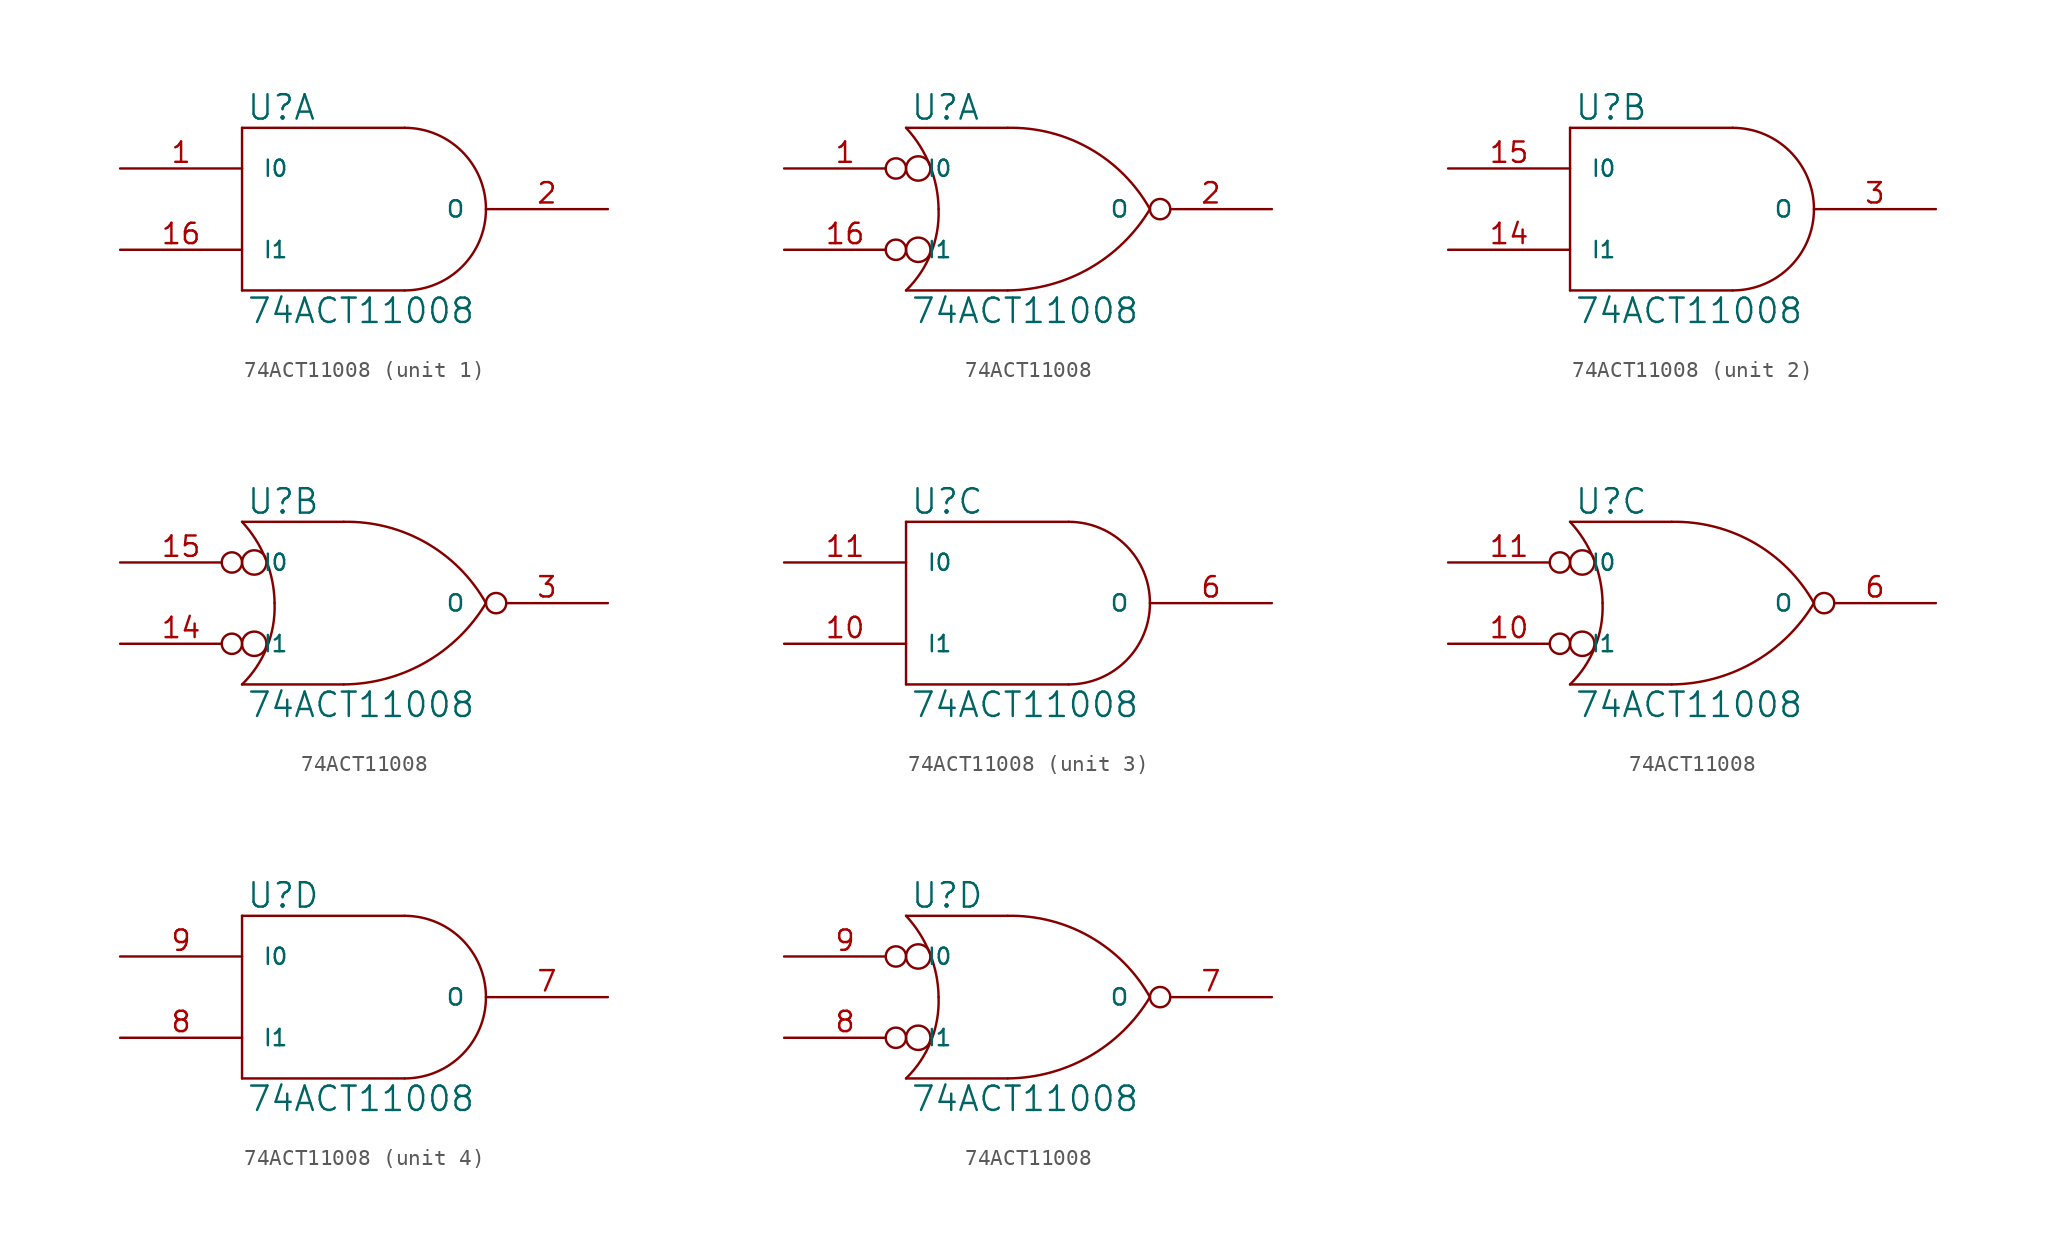
<source format=kicad_sym>
(kicad_symbol_lib
  (version 20231120)
  (generator "kicad_symbol_editor")
  (generator_version "8.0")
  (symbol "74ACT11008"
    (pin_names
      (offset 1.27))
    (property "Reference" "U"
      (at 0.254 0.381 0)
      (effects (font (size 1.524 1.524)) (justify left bottom)))
    (property "Value" "74ACT11008"
      (at 0.254 -10.541 0)
      (effects (font (size 1.524 1.524)) (justify left top)))
    (symbol "74ACT11008_0_1"
      (polyline (pts (xy 0 -10.16) (xy 10.16 -10.16)) (stroke (width 0) (type solid)) (fill (type none)))
      (polyline (pts (xy 0 0) (xy 0 -10.16)) (stroke (width 0) (type solid)) (fill (type none)))
      (polyline (pts (xy 10.16 0) (xy 0 0)) (stroke (width 0) (type solid)) (fill (type none)))
      (arc (start 10.16 -10.16) (mid 13.7521 -8.6721) (end 15.24 -5.08) (stroke (width 0) (type solid)) (fill (type none)))
      (arc (start 15.24 -5.08) (mid 13.7521 -1.4879) (end 10.16 0) (stroke (width 0) (type solid)) (fill (type none))))
    (symbol "74ACT11008_0_2"
      (arc (start 0 -10.16) (mid 1.5573 -7.8293) (end 2.032 -5.08) (stroke (width 0) (type solid)) (fill (type none)))
      (polyline (pts (xy 6.35 -10.16) (xy 0 -10.16)) (stroke (width 0) (type solid)) (fill (type none)))
      (polyline (pts (xy 6.35 0) (xy 0 0)) (stroke (width 0) (type solid)) (fill (type none)))
      (circle (center 0.762 -7.62) (radius 0.762) (stroke (width 0) (type solid)) (fill (type none)))
      (circle (center 0.762 -2.54) (radius 0.762) (stroke (width 0) (type solid)) (fill (type none)))
      (arc (start 2.032 -5.08) (mid 1.4906 -2.3584) (end 0 0) (stroke (width 0) (type solid)) (fill (type none)))
      (arc (start 6.35 -10.16) (mid 11.4496 -8.7875) (end 15.24 -5.08) (stroke (width 0) (type solid)) (fill (type none)))
      (arc (start 15.24 -5.08) (mid 11.4893 -1.3041) (end 6.35 0) (stroke (width 0) (type solid)) (fill (type none))))
    (symbol "74ACT11008_1_1"
      (pin input line (at -7.62 -2.54 0) (length 7.62) (name "I0" (effects (font (size 1.016 1.016)))) (number "1" (effects (font (size 1.27 1.27)))))
      (pin power_in line (at 2.54 0 270) (length 0) hide (name "VCC" (effects (font (size 1.016 1.016)))) (number "12" (effects (font (size 1.27 1.27)))))
      (pin power_in line (at 0 0 270) (length 0) hide (name "VCC" (effects (font (size 1.016 1.016)))) (number "13" (effects (font (size 1.27 1.27)))))
      (pin input line (at -7.62 -7.62 0) (length 7.62) (name "I1" (effects (font (size 1.016 1.016)))) (number "16" (effects (font (size 1.27 1.27)))))
      (pin output line (at 22.86 -5.08 180) (length 7.62) (name "O" (effects (font (size 1.016 1.016)))) (number "2" (effects (font (size 1.27 1.27)))))
      (pin power_in line (at 0 -10.16 90) (length 0) hide (name "GND" (effects (font (size 1.016 1.016)))) (number "4" (effects (font (size 1.27 1.27)))))
      (pin power_in line (at 2.54 -10.16 90) (length 0) hide (name "GND" (effects (font (size 1.016 1.016)))) (number "5" (effects (font (size 1.27 1.27))))))
    (symbol "74ACT11008_1_2"
      (pin input inverted (at -7.62 -2.54 0) (length 7.62) (name "I0" (effects (font (size 1.016 1.016)))) (number "1" (effects (font (size 1.27 1.27)))))
      (pin power_in line (at 2.54 0 270) (length 0) hide (name "VCC" (effects (font (size 1.016 1.016)))) (number "12" (effects (font (size 1.27 1.27)))))
      (pin power_in line (at 0 0 270) (length 0) hide (name "VCC" (effects (font (size 1.016 1.016)))) (number "13" (effects (font (size 1.27 1.27)))))
      (pin input inverted (at -7.62 -7.62 0) (length 7.62) (name "I1" (effects (font (size 1.016 1.016)))) (number "16" (effects (font (size 1.27 1.27)))))
      (pin output inverted (at 22.86 -5.08 180) (length 7.62) (name "O" (effects (font (size 1.016 1.016)))) (number "2" (effects (font (size 1.27 1.27)))))
      (pin power_in line (at 0 -10.16 90) (length 0) hide (name "GND" (effects (font (size 1.016 1.016)))) (number "4" (effects (font (size 1.27 1.27)))))
      (pin power_in line (at 2.54 -10.16 90) (length 0) hide (name "GND" (effects (font (size 1.016 1.016)))) (number "5" (effects (font (size 1.27 1.27))))))
    (symbol "74ACT11008_2_1"
      (pin power_in line (at 2.54 0 270) (length 0) hide (name "VCC" (effects (font (size 1.016 1.016)))) (number "12" (effects (font (size 1.27 1.27)))))
      (pin power_in line (at 0 0 270) (length 0) hide (name "VCC" (effects (font (size 1.016 1.016)))) (number "13" (effects (font (size 1.27 1.27)))))
      (pin input line (at -7.62 -7.62 0) (length 7.62) (name "I1" (effects (font (size 1.016 1.016)))) (number "14" (effects (font (size 1.27 1.27)))))
      (pin input line (at -7.62 -2.54 0) (length 7.62) (name "I0" (effects (font (size 1.016 1.016)))) (number "15" (effects (font (size 1.27 1.27)))))
      (pin output line (at 22.86 -5.08 180) (length 7.62) (name "O" (effects (font (size 1.016 1.016)))) (number "3" (effects (font (size 1.27 1.27)))))
      (pin power_in line (at 0 -10.16 90) (length 0) hide (name "GND" (effects (font (size 1.016 1.016)))) (number "4" (effects (font (size 1.27 1.27)))))
      (pin power_in line (at 2.54 -10.16 90) (length 0) hide (name "GND" (effects (font (size 1.016 1.016)))) (number "5" (effects (font (size 1.27 1.27))))))
    (symbol "74ACT11008_2_2"
      (pin power_in line (at 2.54 0 270) (length 0) hide (name "VCC" (effects (font (size 1.016 1.016)))) (number "12" (effects (font (size 1.27 1.27)))))
      (pin power_in line (at 0 0 270) (length 0) hide (name "VCC" (effects (font (size 1.016 1.016)))) (number "13" (effects (font (size 1.27 1.27)))))
      (pin input inverted (at -7.62 -7.62 0) (length 7.62) (name "I1" (effects (font (size 1.016 1.016)))) (number "14" (effects (font (size 1.27 1.27)))))
      (pin input inverted (at -7.62 -2.54 0) (length 7.62) (name "I0" (effects (font (size 1.016 1.016)))) (number "15" (effects (font (size 1.27 1.27)))))
      (pin output inverted (at 22.86 -5.08 180) (length 7.62) (name "O" (effects (font (size 1.016 1.016)))) (number "3" (effects (font (size 1.27 1.27)))))
      (pin power_in line (at 0 -10.16 90) (length 0) hide (name "GND" (effects (font (size 1.016 1.016)))) (number "4" (effects (font (size 1.27 1.27)))))
      (pin power_in line (at 2.54 -10.16 90) (length 0) hide (name "GND" (effects (font (size 1.016 1.016)))) (number "5" (effects (font (size 1.27 1.27))))))
    (symbol "74ACT11008_3_1"
      (pin input line (at -7.62 -7.62 0) (length 7.62) (name "I1" (effects (font (size 1.016 1.016)))) (number "10" (effects (font (size 1.27 1.27)))))
      (pin input line (at -7.62 -2.54 0) (length 7.62) (name "I0" (effects (font (size 1.016 1.016)))) (number "11" (effects (font (size 1.27 1.27)))))
      (pin power_in line (at 2.54 0 270) (length 0) hide (name "VCC" (effects (font (size 1.016 1.016)))) (number "12" (effects (font (size 1.27 1.27)))))
      (pin power_in line (at 0 0 270) (length 0) hide (name "VCC" (effects (font (size 1.016 1.016)))) (number "13" (effects (font (size 1.27 1.27)))))
      (pin power_in line (at 0 -10.16 90) (length 0) hide (name "GND" (effects (font (size 1.016 1.016)))) (number "4" (effects (font (size 1.27 1.27)))))
      (pin power_in line (at 2.54 -10.16 90) (length 0) hide (name "GND" (effects (font (size 1.016 1.016)))) (number "5" (effects (font (size 1.27 1.27)))))
      (pin output line (at 22.86 -5.08 180) (length 7.62) (name "O" (effects (font (size 1.016 1.016)))) (number "6" (effects (font (size 1.27 1.27))))))
    (symbol "74ACT11008_3_2"
      (pin input inverted (at -7.62 -7.62 0) (length 7.62) (name "I1" (effects (font (size 1.016 1.016)))) (number "10" (effects (font (size 1.27 1.27)))))
      (pin input inverted (at -7.62 -2.54 0) (length 7.62) (name "I0" (effects (font (size 1.016 1.016)))) (number "11" (effects (font (size 1.27 1.27)))))
      (pin power_in line (at 2.54 0 270) (length 0) hide (name "VCC" (effects (font (size 1.016 1.016)))) (number "12" (effects (font (size 1.27 1.27)))))
      (pin power_in line (at 0 0 270) (length 0) hide (name "VCC" (effects (font (size 1.016 1.016)))) (number "13" (effects (font (size 1.27 1.27)))))
      (pin power_in line (at 0 -10.16 90) (length 0) hide (name "GND" (effects (font (size 1.016 1.016)))) (number "4" (effects (font (size 1.27 1.27)))))
      (pin power_in line (at 2.54 -10.16 90) (length 0) hide (name "GND" (effects (font (size 1.016 1.016)))) (number "5" (effects (font (size 1.27 1.27)))))
      (pin output inverted (at 22.86 -5.08 180) (length 7.62) (name "O" (effects (font (size 1.016 1.016)))) (number "6" (effects (font (size 1.27 1.27))))))
    (symbol "74ACT11008_4_1"
      (pin power_in line (at 2.54 0 270) (length 0) hide (name "VCC" (effects (font (size 1.016 1.016)))) (number "12" (effects (font (size 1.27 1.27)))))
      (pin power_in line (at 0 0 270) (length 0) hide (name "VCC" (effects (font (size 1.016 1.016)))) (number "13" (effects (font (size 1.27 1.27)))))
      (pin power_in line (at 0 -10.16 90) (length 0) hide (name "GND" (effects (font (size 1.016 1.016)))) (number "4" (effects (font (size 1.27 1.27)))))
      (pin power_in line (at 2.54 -10.16 90) (length 0) hide (name "GND" (effects (font (size 1.016 1.016)))) (number "5" (effects (font (size 1.27 1.27)))))
      (pin output line (at 22.86 -5.08 180) (length 7.62) (name "O" (effects (font (size 1.016 1.016)))) (number "7" (effects (font (size 1.27 1.27)))))
      (pin input line (at -7.62 -7.62 0) (length 7.62) (name "I1" (effects (font (size 1.016 1.016)))) (number "8" (effects (font (size 1.27 1.27)))))
      (pin input line (at -7.62 -2.54 0) (length 7.62) (name "I0" (effects (font (size 1.016 1.016)))) (number "9" (effects (font (size 1.27 1.27))))))
    (symbol "74ACT11008_4_2"
      (pin power_in line (at 2.54 0 270) (length 0) hide (name "VCC" (effects (font (size 1.016 1.016)))) (number "12" (effects (font (size 1.27 1.27)))))
      (pin power_in line (at 0 0 270) (length 0) hide (name "VCC" (effects (font (size 1.016 1.016)))) (number "13" (effects (font (size 1.27 1.27)))))
      (pin power_in line (at 0 -10.16 90) (length 0) hide (name "GND" (effects (font (size 1.016 1.016)))) (number "4" (effects (font (size 1.27 1.27)))))
      (pin power_in line (at 2.54 -10.16 90) (length 0) hide (name "GND" (effects (font (size 1.016 1.016)))) (number "5" (effects (font (size 1.27 1.27)))))
      (pin output inverted (at 22.86 -5.08 180) (length 7.62) (name "O" (effects (font (size 1.016 1.016)))) (number "7" (effects (font (size 1.27 1.27)))))
      (pin input inverted (at -7.62 -7.62 0) (length 7.62) (name "I1" (effects (font (size 1.016 1.016)))) (number "8" (effects (font (size 1.27 1.27)))))
      (pin input inverted (at -7.62 -2.54 0) (length 7.62) (name "I0" (effects (font (size 1.016 1.016)))) (number "9" (effects (font (size 1.27 1.27))))))))
</source>
